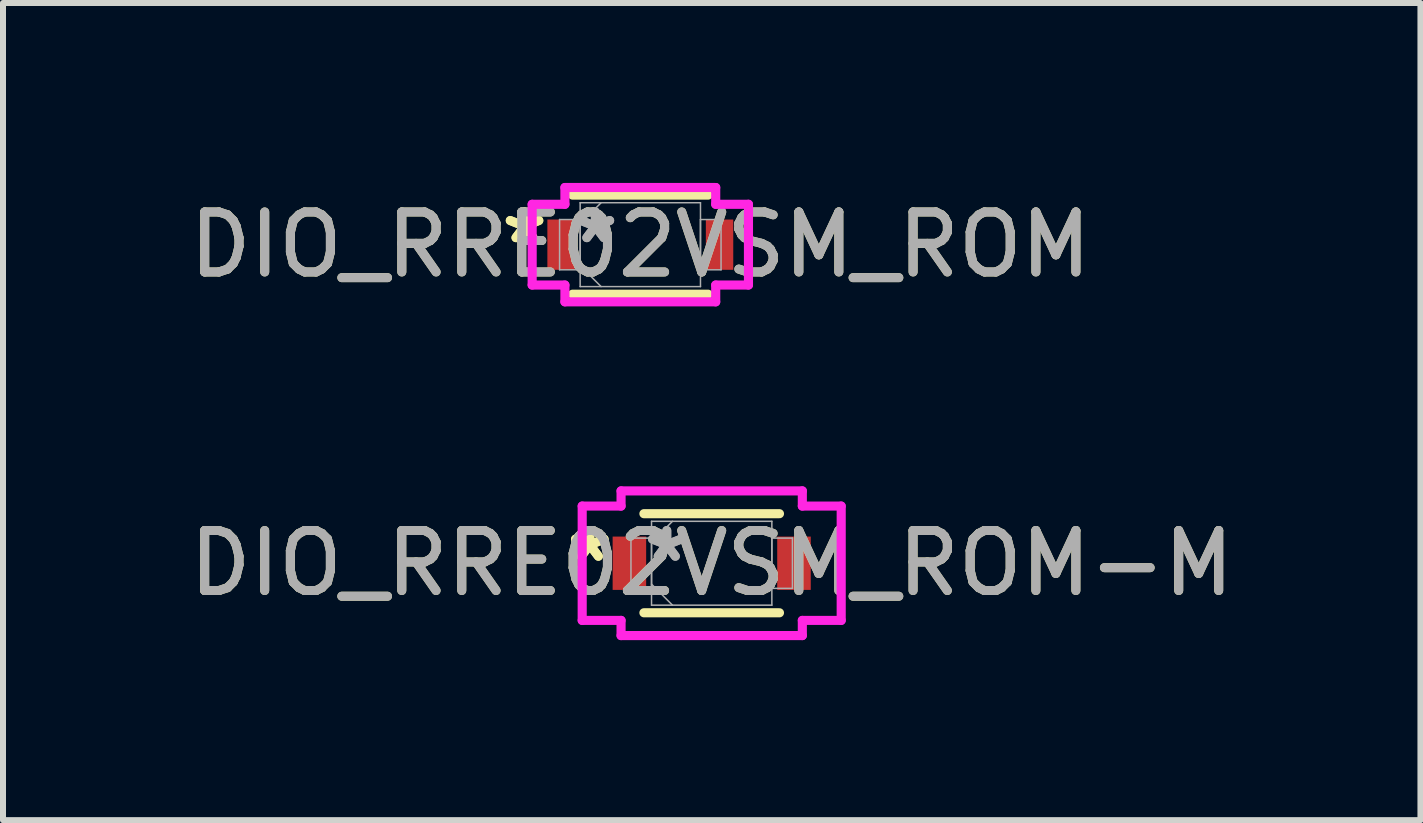
<source format=kicad_pcb>
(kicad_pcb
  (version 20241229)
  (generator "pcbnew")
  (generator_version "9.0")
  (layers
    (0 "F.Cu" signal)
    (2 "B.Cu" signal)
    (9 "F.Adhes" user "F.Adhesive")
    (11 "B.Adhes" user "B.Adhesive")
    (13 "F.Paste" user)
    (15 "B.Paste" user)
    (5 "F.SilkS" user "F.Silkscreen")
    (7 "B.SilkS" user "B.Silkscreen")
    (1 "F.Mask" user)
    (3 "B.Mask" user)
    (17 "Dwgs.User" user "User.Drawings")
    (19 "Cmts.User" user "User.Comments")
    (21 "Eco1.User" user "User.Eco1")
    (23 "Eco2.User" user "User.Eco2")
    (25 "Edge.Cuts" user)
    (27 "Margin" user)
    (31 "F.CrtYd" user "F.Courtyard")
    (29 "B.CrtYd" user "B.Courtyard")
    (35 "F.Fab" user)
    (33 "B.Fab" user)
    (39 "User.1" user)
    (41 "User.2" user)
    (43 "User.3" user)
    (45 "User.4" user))
  (footprint "DIO_RRE02VSM_ROM-M"
    (layer "F.Cu")
    (at 8.815 6.34)
    (property "Reference" "DIO_RRE02VSM_ROM-M" (at 0 0 0) (unlocked yes) (layer "F.SilkS") (effects (font (size 1 1) (thickness 0.15))))
    (attr smd)
    (fp_line (start -1.13 0.826) (end 1.13 0.826) (stroke (width 0.152) (type solid)) (layer "F.SilkS"))
    (fp_line (start 1.13 -0.826) (end -1.13 -0.826) (stroke (width 0.152) (type solid)) (layer "F.SilkS"))
    (fp_line (start -2.159 -0.953) (end -1.511 -0.953) (stroke (width 0.152) (type solid)) (layer "F.CrtYd"))
    (fp_line (start -2.159 0.953) (end -2.159 -0.953) (stroke (width 0.152) (type solid)) (layer "F.CrtYd"))
    (fp_line (start -1.511 -1.206) (end 1.511 -1.206) (stroke (width 0.152) (type solid)) (layer "F.CrtYd"))
    (fp_line (start -1.511 -0.953) (end -1.511 -1.206) (stroke (width 0.152) (type solid)) (layer "F.CrtYd"))
    (fp_line (start -1.511 0.953) (end -2.159 0.953) (stroke (width 0.152) (type solid)) (layer "F.CrtYd"))
    (fp_line (start -1.511 1.206) (end -1.511 0.953) (stroke (width 0.152) (type solid)) (layer "F.CrtYd"))
    (fp_line (start 1.511 -1.206) (end 1.511 -0.953) (stroke (width 0.152) (type solid)) (layer "F.CrtYd"))
    (fp_line (start 1.511 -0.953) (end 2.159 -0.953) (stroke (width 0.152) (type solid)) (layer "F.CrtYd"))
    (fp_line (start 1.511 0.953) (end 1.511 1.206) (stroke (width 0.152) (type solid)) (layer "F.CrtYd"))
    (fp_line (start 1.511 1.206) (end -1.511 1.206) (stroke (width 0.152) (type solid)) (layer "F.CrtYd"))
    (fp_line (start 2.159 -0.953) (end 2.159 0.953) (stroke (width 0.152) (type solid)) (layer "F.CrtYd"))
    (fp_line (start 2.159 0.953) (end 1.511 0.953) (stroke (width 0.152) (type solid)) (layer "F.CrtYd"))
    (fp_line (start -1.346 -0.419) (end -1.346 0.419) (stroke (width 0.025) (type solid)) (layer "F.Fab"))
    (fp_line (start -1.346 0.419) (end -1.003 0.419) (stroke (width 0.025) (type solid)) (layer "F.Fab"))
    (fp_line (start -1.003 -0.699) (end -1.003 0.699) (stroke (width 0.025) (type solid)) (layer "F.Fab"))
    (fp_line (start -1.003 -0.419) (end -1.346 -0.419) (stroke (width 0.025) (type solid)) (layer "F.Fab"))
    (fp_line (start -1.003 -0.349) (end -0.654 -0.699) (stroke (width 0.025) (type solid)) (layer "F.Fab"))
    (fp_line (start -1.003 0.349) (end -0.654 0.699) (stroke (width 0.025) (type solid)) (layer "F.Fab"))
    (fp_line (start -1.003 0.419) (end -1.003 -0.419) (stroke (width 0.025) (type solid)) (layer "F.Fab"))
    (fp_line (start -1.003 0.699) (end 1.003 0.699) (stroke (width 0.025) (type solid)) (layer "F.Fab"))
    (fp_line (start 1.003 -0.699) (end -1.003 -0.699) (stroke (width 0.025) (type solid)) (layer "F.Fab"))
    (fp_line (start 1.003 -0.419) (end 1.003 0.419) (stroke (width 0.025) (type solid)) (layer "F.Fab"))
    (fp_line (start 1.003 0.419) (end 1.346 0.419) (stroke (width 0.025) (type solid)) (layer "F.Fab"))
    (fp_line (start 1.003 0.699) (end 1.003 -0.699) (stroke (width 0.025) (type solid)) (layer "F.Fab"))
    (fp_line (start 1.346 -0.419) (end 1.003 -0.419) (stroke (width 0.025) (type solid)) (layer "F.Fab"))
    (fp_line (start 1.346 0.419) (end 1.346 -0.419) (stroke (width 0.025) (type solid)) (layer "F.Fab"))
    (fp_text user "*" (at -2.032 0 0) (unlocked yes) (layer "F.SilkS") (effects (font (size 1 1) (thickness 0.15))))
    (fp_text user "*" (at -2.032 0 0) (layer "F.SilkS") (effects (font (size 1 1) (thickness 0.15))))
    (fp_text user "*" (at -0.749 0 0) (unlocked yes) (layer "F.Fab") (effects (font (size 1 1) (thickness 0.15))))
    (fp_text user "${REFERENCE}" (at 0 0 0) (unlocked yes) (layer "F.Fab") (effects (font (size 1 1) (thickness 0.15))))
    (fp_text user "*" (at -0.749 0 0) (layer "F.Fab") (effects (font (size 1 1) (thickness 0.15))))
    (pad "1" smd rect (at -1.372 0) (size 0.559 0.889) (layers "F.Cu" "F.Mask" "F.Paste"))
    (pad "2" smd rect (at 1.372 0) (size 0.559 0.889) (layers "F.Cu" "F.Mask" "F.Paste"))
    (zone (net_name "") (layer "F.Cu") (hatch full 0.508) (connect_pads) (min_thickness 0.254) (filled_areas_thickness no) (keepout (tracks not_allowed) (vias not_allowed) (pads allowed) (copperpour not_allowed) (footprints allowed)) (placement (enabled no)) (fill) (polygon (pts (xy 7.774 5.692) (xy 9.857 5.692) (xy 9.857 6.988) (xy 7.774 6.988)))))
  (footprint "DIO_RRE02VSM_ROM"
    (layer "F.Cu")
    (at 7.625 1.029)
    (property "Reference" "DIO_RRE02VSM_ROM" (at 0 0 0) (unlocked yes) (layer "F.SilkS") (effects (font (size 1 1) (thickness 0.15))))
    (attr smd)
    (fp_line (start -1.13 0.826) (end 1.13 0.826) (stroke (width 0.152) (type solid)) (layer "F.SilkS"))
    (fp_line (start 1.13 -0.826) (end -1.13 -0.826) (stroke (width 0.152) (type solid)) (layer "F.SilkS"))
    (fp_line (start -1.803 -0.673) (end -1.257 -0.673) (stroke (width 0.152) (type solid)) (layer "F.CrtYd"))
    (fp_line (start -1.803 0.673) (end -1.803 -0.673) (stroke (width 0.152) (type solid)) (layer "F.CrtYd"))
    (fp_line (start -1.257 -0.953) (end 1.257 -0.953) (stroke (width 0.152) (type solid)) (layer "F.CrtYd"))
    (fp_line (start -1.257 -0.673) (end -1.257 -0.953) (stroke (width 0.152) (type solid)) (layer "F.CrtYd"))
    (fp_line (start -1.257 0.673) (end -1.803 0.673) (stroke (width 0.152) (type solid)) (layer "F.CrtYd"))
    (fp_line (start -1.257 0.953) (end -1.257 0.673) (stroke (width 0.152) (type solid)) (layer "F.CrtYd"))
    (fp_line (start 1.257 -0.953) (end 1.257 -0.673) (stroke (width 0.152) (type solid)) (layer "F.CrtYd"))
    (fp_line (start 1.257 -0.673) (end 1.803 -0.673) (stroke (width 0.152) (type solid)) (layer "F.CrtYd"))
    (fp_line (start 1.257 0.673) (end 1.257 0.953) (stroke (width 0.152) (type solid)) (layer "F.CrtYd"))
    (fp_line (start 1.257 0.953) (end -1.257 0.953) (stroke (width 0.152) (type solid)) (layer "F.CrtYd"))
    (fp_line (start 1.803 -0.673) (end 1.803 0.673) (stroke (width 0.152) (type solid)) (layer "F.CrtYd"))
    (fp_line (start 1.803 0.673) (end 1.257 0.673) (stroke (width 0.152) (type solid)) (layer "F.CrtYd"))
    (fp_line (start -1.346 -0.419) (end -1.346 0.419) (stroke (width 0.025) (type solid)) (layer "F.Fab"))
    (fp_line (start -1.346 0.419) (end -1.003 0.419) (stroke (width 0.025) (type solid)) (layer "F.Fab"))
    (fp_line (start -1.003 -0.699) (end -1.003 0.699) (stroke (width 0.025) (type solid)) (layer "F.Fab"))
    (fp_line (start -1.003 -0.419) (end -1.346 -0.419) (stroke (width 0.025) (type solid)) (layer "F.Fab"))
    (fp_line (start -1.003 -0.349) (end -0.654 -0.699) (stroke (width 0.025) (type solid)) (layer "F.Fab"))
    (fp_line (start -1.003 0.349) (end -0.654 0.699) (stroke (width 0.025) (type solid)) (layer "F.Fab"))
    (fp_line (start -1.003 0.419) (end -1.003 -0.419) (stroke (width 0.025) (type solid)) (layer "F.Fab"))
    (fp_line (start -1.003 0.699) (end 1.003 0.699) (stroke (width 0.025) (type solid)) (layer "F.Fab"))
    (fp_line (start 1.003 -0.699) (end -1.003 -0.699) (stroke (width 0.025) (type solid)) (layer "F.Fab"))
    (fp_line (start 1.003 -0.419) (end 1.003 0.419) (stroke (width 0.025) (type solid)) (layer "F.Fab"))
    (fp_line (start 1.003 0.419) (end 1.346 0.419) (stroke (width 0.025) (type solid)) (layer "F.Fab"))
    (fp_line (start 1.003 0.699) (end 1.003 -0.699) (stroke (width 0.025) (type solid)) (layer "F.Fab"))
    (fp_line (start 1.346 -0.419) (end 1.003 -0.419) (stroke (width 0.025) (type solid)) (layer "F.Fab"))
    (fp_line (start 1.346 0.419) (end 1.346 -0.419) (stroke (width 0.025) (type solid)) (layer "F.Fab"))
    (fp_text user "*" (at -1.93 0 0) (layer "F.SilkS") (effects (font (size 1 1) (thickness 0.15))))
    (fp_text user "*" (at -1.93 0 0) (unlocked yes) (layer "F.SilkS") (effects (font (size 1 1) (thickness 0.15))))
    (fp_text user "*" (at -0.749 0 0) (layer "F.Fab") (effects (font (size 1 1) (thickness 0.15))))
    (fp_text user "${REFERENCE}" (at 0 0 0) (unlocked yes) (layer "F.Fab") (effects (font (size 1 1) (thickness 0.15))))
    (fp_text user "*" (at -0.749 0 0) (unlocked yes) (layer "F.Fab") (effects (font (size 1 1) (thickness 0.15))))
    (pad "1" smd rect (at -1.321 0) (size 0.457 0.838) (layers "F.Cu" "F.Mask" "F.Paste"))
    (pad "2" smd rect (at 1.321 0) (size 0.457 0.838) (layers "F.Cu" "F.Mask" "F.Paste"))
    (zone (net_name "") (layer "F.Cu") (hatch full 0.508) (connect_pads) (min_thickness 0.254) (filled_areas_thickness no) (keepout (tracks not_allowed) (vias not_allowed) (pads allowed) (copperpour not_allowed) (footprints allowed)) (placement (enabled no)) (fill) (polygon (pts (xy 6.584 0.381) (xy 8.666 0.381) (xy 8.666 1.676) (xy 6.584 1.676)))))
  (gr_rect
    (start -3 -3)
    (end 20.631 10.623)
    (stroke (width 0.1) (type default))
    (fill no)
    (layer "Edge.Cuts")))
</source>
